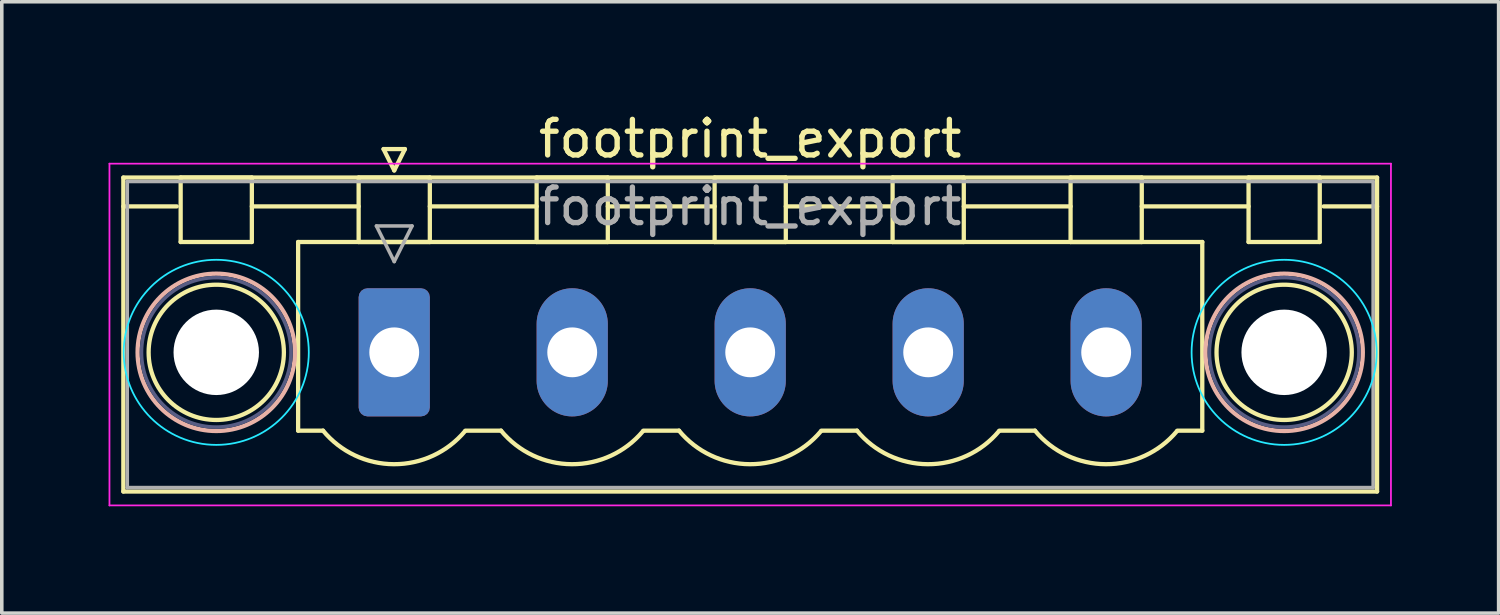
<source format=kicad_pcb>
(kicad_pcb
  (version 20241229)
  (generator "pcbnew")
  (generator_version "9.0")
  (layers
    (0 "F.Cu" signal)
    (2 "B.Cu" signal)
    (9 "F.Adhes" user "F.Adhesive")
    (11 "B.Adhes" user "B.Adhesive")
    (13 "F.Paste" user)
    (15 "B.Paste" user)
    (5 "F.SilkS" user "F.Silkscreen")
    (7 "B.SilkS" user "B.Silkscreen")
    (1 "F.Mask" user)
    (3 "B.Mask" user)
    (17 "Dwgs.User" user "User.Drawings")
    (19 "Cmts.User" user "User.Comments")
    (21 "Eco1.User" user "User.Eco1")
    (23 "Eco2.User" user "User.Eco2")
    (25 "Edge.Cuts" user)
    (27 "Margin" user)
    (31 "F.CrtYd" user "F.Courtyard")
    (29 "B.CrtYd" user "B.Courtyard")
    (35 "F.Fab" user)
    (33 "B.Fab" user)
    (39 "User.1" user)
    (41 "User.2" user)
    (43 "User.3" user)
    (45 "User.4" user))
  (footprint "footprint_export"
    (layer "F.Cu")
    (at 8.025 6.848)
    (property "Reference" "footprint_export" (at 10 -6 0) (layer "F.SilkS") (effects (font (size 1 1) (thickness 0.15))))
    (attr through_hole)
    (fp_line (start -7.61 -4.91) (end -7.61 3.91) (stroke (width 0.12) (type solid)) (layer "F.SilkS"))
    (fp_line (start -7.61 -4.1) (end -6.11 -4.1) (stroke (width 0.12) (type solid)) (layer "F.SilkS"))
    (fp_line (start -7.61 3.91) (end 27.61 3.91) (stroke (width 0.12) (type solid)) (layer "F.SilkS"))
    (fp_line (start -6 -4.91) (end -4 -4.91) (stroke (width 0.12) (type solid)) (layer "F.SilkS"))
    (fp_line (start -6 -3.1) (end -6 -4.91) (stroke (width 0.12) (type solid)) (layer "F.SilkS"))
    (fp_line (start -4 -4.91) (end -4 -3.1) (stroke (width 0.12) (type solid)) (layer "F.SilkS"))
    (fp_line (start -4 -4.1) (end -1 -4.1) (stroke (width 0.12) (type solid)) (layer "F.SilkS"))
    (fp_line (start -4 -3.1) (end -6 -3.1) (stroke (width 0.12) (type solid)) (layer "F.SilkS"))
    (fp_line (start -2.7 -3.1) (end 22.7 -3.1) (stroke (width 0.12) (type solid)) (layer "F.SilkS"))
    (fp_line (start -2.7 2.2) (end -2.7 -3.1) (stroke (width 0.12) (type solid)) (layer "F.SilkS"))
    (fp_line (start -2 2.2) (end -2.7 2.2) (stroke (width 0.12) (type solid)) (layer "F.SilkS"))
    (fp_line (start -1 -4.91) (end 1 -4.91) (stroke (width 0.12) (type solid)) (layer "F.SilkS"))
    (fp_line (start -1 -3.1) (end -1 -4.91) (stroke (width 0.12) (type solid)) (layer "F.SilkS"))
    (fp_line (start -0.3 -5.71) (end 0.3 -5.71) (stroke (width 0.12) (type solid)) (layer "F.SilkS"))
    (fp_line (start 0 -5.11) (end -0.3 -5.71) (stroke (width 0.12) (type solid)) (layer "F.SilkS"))
    (fp_line (start 0.3 -5.71) (end 0 -5.11) (stroke (width 0.12) (type solid)) (layer "F.SilkS"))
    (fp_line (start 1 -4.91) (end 1 -3.1) (stroke (width 0.12) (type solid)) (layer "F.SilkS"))
    (fp_line (start 1 -4.1) (end 4 -4.1) (stroke (width 0.12) (type solid)) (layer "F.SilkS"))
    (fp_line (start 1 -3.1) (end -1 -3.1) (stroke (width 0.12) (type solid)) (layer "F.SilkS"))
    (fp_line (start 2 2.2) (end 3 2.2) (stroke (width 0.12) (type solid)) (layer "F.SilkS"))
    (fp_line (start 4 -4.91) (end 6 -4.91) (stroke (width 0.12) (type solid)) (layer "F.SilkS"))
    (fp_line (start 4 -3.1) (end 4 -4.91) (stroke (width 0.12) (type solid)) (layer "F.SilkS"))
    (fp_line (start 6 -4.91) (end 6 -3.1) (stroke (width 0.12) (type solid)) (layer "F.SilkS"))
    (fp_line (start 6 -4.1) (end 9 -4.1) (stroke (width 0.12) (type solid)) (layer "F.SilkS"))
    (fp_line (start 6 -3.1) (end 4 -3.1) (stroke (width 0.12) (type solid)) (layer "F.SilkS"))
    (fp_line (start 7 2.2) (end 8 2.2) (stroke (width 0.12) (type solid)) (layer "F.SilkS"))
    (fp_line (start 9 -4.91) (end 11 -4.91) (stroke (width 0.12) (type solid)) (layer "F.SilkS"))
    (fp_line (start 9 -3.1) (end 9 -4.91) (stroke (width 0.12) (type solid)) (layer "F.SilkS"))
    (fp_line (start 11 -4.91) (end 11 -3.1) (stroke (width 0.12) (type solid)) (layer "F.SilkS"))
    (fp_line (start 11 -4.1) (end 14 -4.1) (stroke (width 0.12) (type solid)) (layer "F.SilkS"))
    (fp_line (start 11 -3.1) (end 9 -3.1) (stroke (width 0.12) (type solid)) (layer "F.SilkS"))
    (fp_line (start 12 2.2) (end 13 2.2) (stroke (width 0.12) (type solid)) (layer "F.SilkS"))
    (fp_line (start 14 -4.91) (end 16 -4.91) (stroke (width 0.12) (type solid)) (layer "F.SilkS"))
    (fp_line (start 14 -3.1) (end 14 -4.91) (stroke (width 0.12) (type solid)) (layer "F.SilkS"))
    (fp_line (start 16 -4.91) (end 16 -3.1) (stroke (width 0.12) (type solid)) (layer "F.SilkS"))
    (fp_line (start 16 -4.1) (end 19 -4.1) (stroke (width 0.12) (type solid)) (layer "F.SilkS"))
    (fp_line (start 16 -3.1) (end 14 -3.1) (stroke (width 0.12) (type solid)) (layer "F.SilkS"))
    (fp_line (start 17 2.2) (end 18 2.2) (stroke (width 0.12) (type solid)) (layer "F.SilkS"))
    (fp_line (start 19 -4.91) (end 21 -4.91) (stroke (width 0.12) (type solid)) (layer "F.SilkS"))
    (fp_line (start 19 -3.1) (end 19 -4.91) (stroke (width 0.12) (type solid)) (layer "F.SilkS"))
    (fp_line (start 21 -4.91) (end 21 -3.1) (stroke (width 0.12) (type solid)) (layer "F.SilkS"))
    (fp_line (start 21 -4.1) (end 24 -4.1) (stroke (width 0.12) (type solid)) (layer "F.SilkS"))
    (fp_line (start 21 -3.1) (end 19 -3.1) (stroke (width 0.12) (type solid)) (layer "F.SilkS"))
    (fp_line (start 22.7 -3.1) (end 22.7 2.2) (stroke (width 0.12) (type solid)) (layer "F.SilkS"))
    (fp_line (start 22.7 2.2) (end 22 2.2) (stroke (width 0.12) (type solid)) (layer "F.SilkS"))
    (fp_line (start 24 -4.91) (end 26 -4.91) (stroke (width 0.12) (type solid)) (layer "F.SilkS"))
    (fp_line (start 24 -3.1) (end 24 -4.91) (stroke (width 0.12) (type solid)) (layer "F.SilkS"))
    (fp_line (start 26 -4.91) (end 26 -3.1) (stroke (width 0.12) (type solid)) (layer "F.SilkS"))
    (fp_line (start 26 -3.1) (end 24 -3.1) (stroke (width 0.12) (type solid)) (layer "F.SilkS"))
    (fp_line (start 27.61 -4.91) (end -7.61 -4.91) (stroke (width 0.12) (type solid)) (layer "F.SilkS"))
    (fp_line (start 27.61 -4.1) (end 26.11 -4.1) (stroke (width 0.12) (type solid)) (layer "F.SilkS"))
    (fp_line (start 27.61 3.91) (end 27.61 -4.91) (stroke (width 0.12) (type solid)) (layer "F.SilkS"))
    (fp_arc (start 1.986842 2.215821) (mid -0.010289 3.142758) (end -2 2.2) (stroke (width 0.12) (type solid)) (layer "F.SilkS"))
    (fp_arc (start 6.986842 2.215821) (mid 4.989711 3.142758) (end 3 2.2) (stroke (width 0.12) (type solid)) (layer "F.SilkS"))
    (fp_arc (start 11.986842 2.215821) (mid 9.989711 3.142758) (end 8 2.2) (stroke (width 0.12) (type solid)) (layer "F.SilkS"))
    (fp_arc (start 16.986842 2.215821) (mid 14.989711 3.142758) (end 13 2.2) (stroke (width 0.12) (type solid)) (layer "F.SilkS"))
    (fp_arc (start 21.986842 2.215821) (mid 19.989711 3.142758) (end 18 2.2) (stroke (width 0.12) (type solid)) (layer "F.SilkS"))
    (fp_circle (center -5 0) (end -3.1 0) (stroke (width 0.12) (type solid)) (fill no) (layer "F.SilkS"))
    (fp_circle (center 25 0) (end 26.9 0) (stroke (width 0.12) (type solid)) (fill no) (layer "F.SilkS"))
    (fp_circle (center -5 0) (end -2.79 0) (stroke (width 0.12) (type solid)) (fill no) (layer "B.SilkS"))
    (fp_circle (center 25 0) (end 27.21 0) (stroke (width 0.12) (type solid)) (fill no) (layer "B.SilkS"))
    (fp_circle (center -5 0) (end -2.4 0) (stroke (width 0.05) (type solid)) (fill no) (layer "B.CrtYd"))
    (fp_circle (center 25 0) (end 27.6 0) (stroke (width 0.05) (type solid)) (fill no) (layer "B.CrtYd"))
    (fp_line (start -8 -5.3) (end -8 4.3) (stroke (width 0.05) (type solid)) (layer "F.CrtYd"))
    (fp_line (start -8 4.3) (end 28 4.3) (stroke (width 0.05) (type solid)) (layer "F.CrtYd"))
    (fp_line (start 28 -5.3) (end -8 -5.3) (stroke (width 0.05) (type solid)) (layer "F.CrtYd"))
    (fp_line (start 28 4.3) (end 28 -5.3) (stroke (width 0.05) (type solid)) (layer "F.CrtYd"))
    (fp_circle (center -5 0) (end -2.9 0) (stroke (width 0.1) (type solid)) (fill no) (layer "B.Fab"))
    (fp_circle (center 25 0) (end 27.1 0) (stroke (width 0.1) (type solid)) (fill no) (layer "B.Fab"))
    (fp_line (start -7.5 -4.8) (end -7.5 3.8) (stroke (width 0.1) (type solid)) (layer "F.Fab"))
    (fp_line (start -7.5 3.8) (end 27.5 3.8) (stroke (width 0.1) (type solid)) (layer "F.Fab"))
    (fp_line (start -0.5 -3.55) (end 0.5 -3.55) (stroke (width 0.1) (type solid)) (layer "F.Fab"))
    (fp_line (start 0 -2.55) (end -0.5 -3.55) (stroke (width 0.1) (type solid)) (layer "F.Fab"))
    (fp_line (start 0.5 -3.55) (end 0 -2.55) (stroke (width 0.1) (type solid)) (layer "F.Fab"))
    (fp_line (start 27.5 -4.8) (end -7.5 -4.8) (stroke (width 0.1) (type solid)) (layer "F.Fab"))
    (fp_line (start 27.5 3.8) (end 27.5 -4.8) (stroke (width 0.1) (type solid)) (layer "F.Fab"))
    (fp_text user "${REFERENCE}" (at 10 -4.1 0) (layer "F.Fab") (effects (font (size 1 1) (thickness 0.15))))
    (pad "" np_thru_hole circle (at -5 0) (size 2.4 2.4) (drill 2.4) (layers "*.Cu" "*.Mask"))
    (pad "" np_thru_hole circle (at 25 0) (size 2.4 2.4) (drill 2.4) (layers "*.Cu" "*.Mask"))
    (pad "1" thru_hole roundrect (at 0 0) (size 2 3.6) (drill 1.4) (layers "*.Cu" "*.Mask") (roundrect_rratio 0.125))
    (pad "2" thru_hole oval (at 5 0) (size 2 3.6) (drill 1.4) (layers "*.Cu" "*.Mask"))
    (pad "3" thru_hole oval (at 10 0) (size 2 3.6) (drill 1.4) (layers "*.Cu" "*.Mask"))
    (pad "4" thru_hole oval (at 15 0) (size 2 3.6) (drill 1.4) (layers "*.Cu" "*.Mask"))
    (pad "5" thru_hole oval (at 20 0) (size 2 3.6) (drill 1.4) (layers "*.Cu" "*.Mask")))
  (gr_rect
    (start -3 -3)
    (end 39.05 14.173)
    (stroke (width 0.1) (type default))
    (fill no)
    (layer "Edge.Cuts")))
</source>
